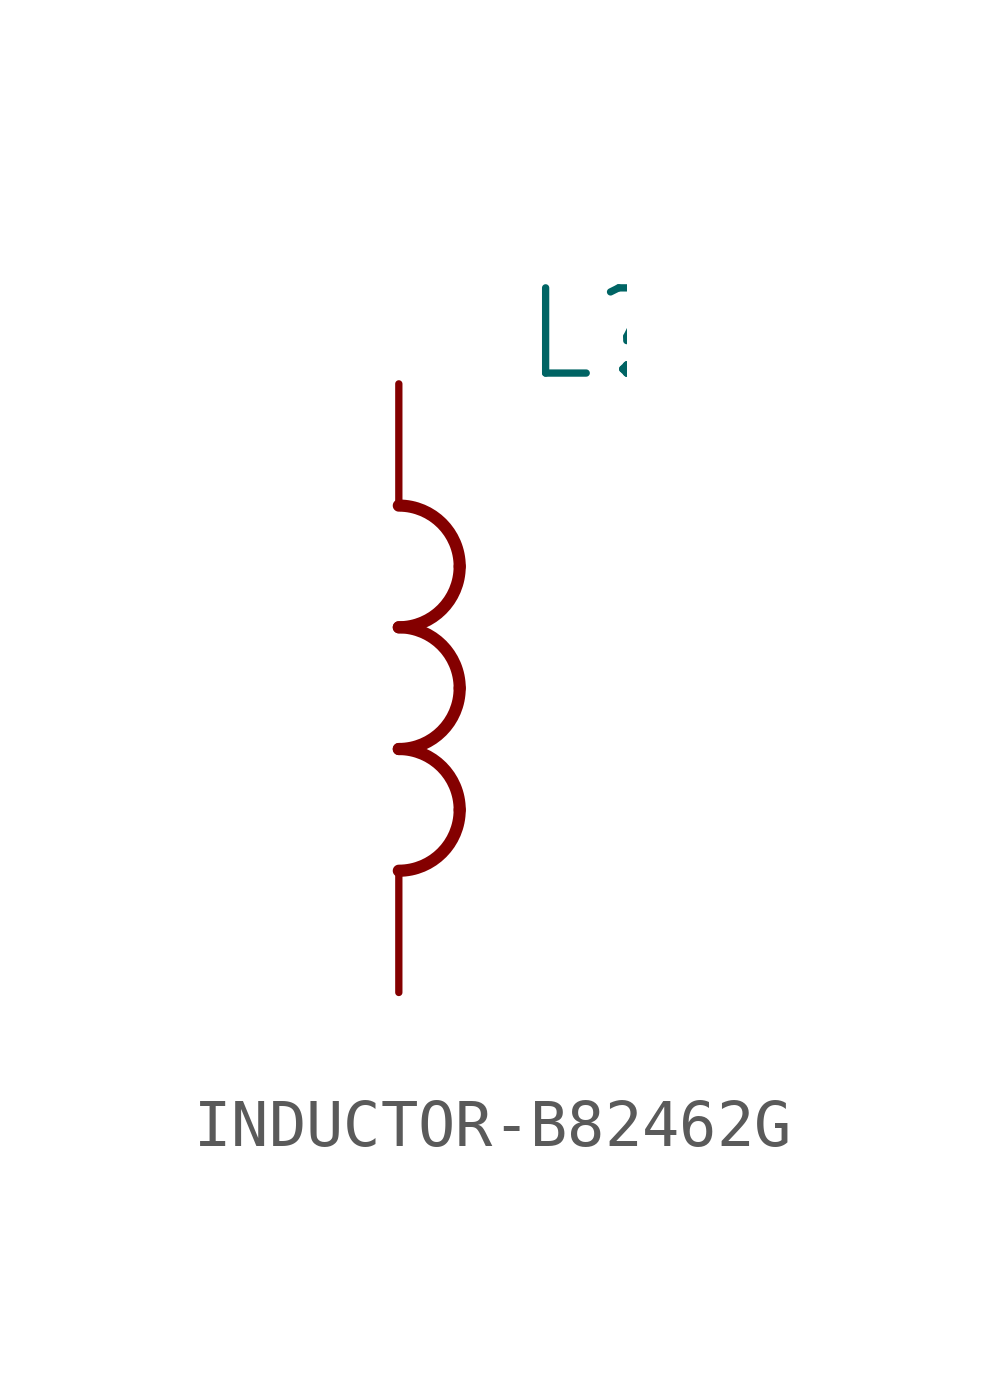
<source format=kicad_sym>
(kicad_symbol_lib
  (version 20231120)
  (generator "kicad_symbol_editor")
  (generator_version "8.0")
  (symbol "INDUCTOR-B82462G"
    (property "Reference" "L"
      (at 2.54 5.08 0)
      (effects (font (size 1.778 1.778)) (justify left bottom)))
    (property "Value" ""
      (at 2.54 -5.08 0)
      (effects (font (size 1.778 1.778)) (justify left bottom)))
    (property "ki_locked" ""
      (at 0 0 0)
      (effects (font (size 1.27 1.27))))
    (symbol "INDUCTOR-B82462G_1_0"
      (arc (start 0 -5.08) (mid 0.898 -4.708) (end 1.27 -3.81) (stroke (width 0.254) (type solid)) (fill (type none)))
      (arc (start 0 -2.54) (mid 0.898 -2.168) (end 1.27 -1.27) (stroke (width 0.254) (type solid)) (fill (type none)))
      (arc (start 0 0) (mid 0.898 0.372) (end 1.27 1.27) (stroke (width 0.254) (type solid)) (fill (type none)))
      (arc (start 1.27 -3.81) (mid 0.898 -2.912) (end 0 -2.54) (stroke (width 0.254) (type solid)) (fill (type none)))
      (arc (start 1.27 -1.27) (mid 0.898 -0.372) (end 0 0) (stroke (width 0.254) (type solid)) (fill (type none)))
      (arc (start 1.27 1.27) (mid 0.898 2.168) (end 0 2.54) (stroke (width 0.254) (type solid)) (fill (type none)))
      (pin passive line (at 0 5.08 270) (length 2.54) (name "1" (effects (font (size 0 0)))) (number "P$1" (effects (font (size 0 0)))))
      (pin passive line (at 0 -7.62 90) (length 2.54) (name "2" (effects (font (size 0 0)))) (number "P$2" (effects (font (size 0 0))))))))
</source>
